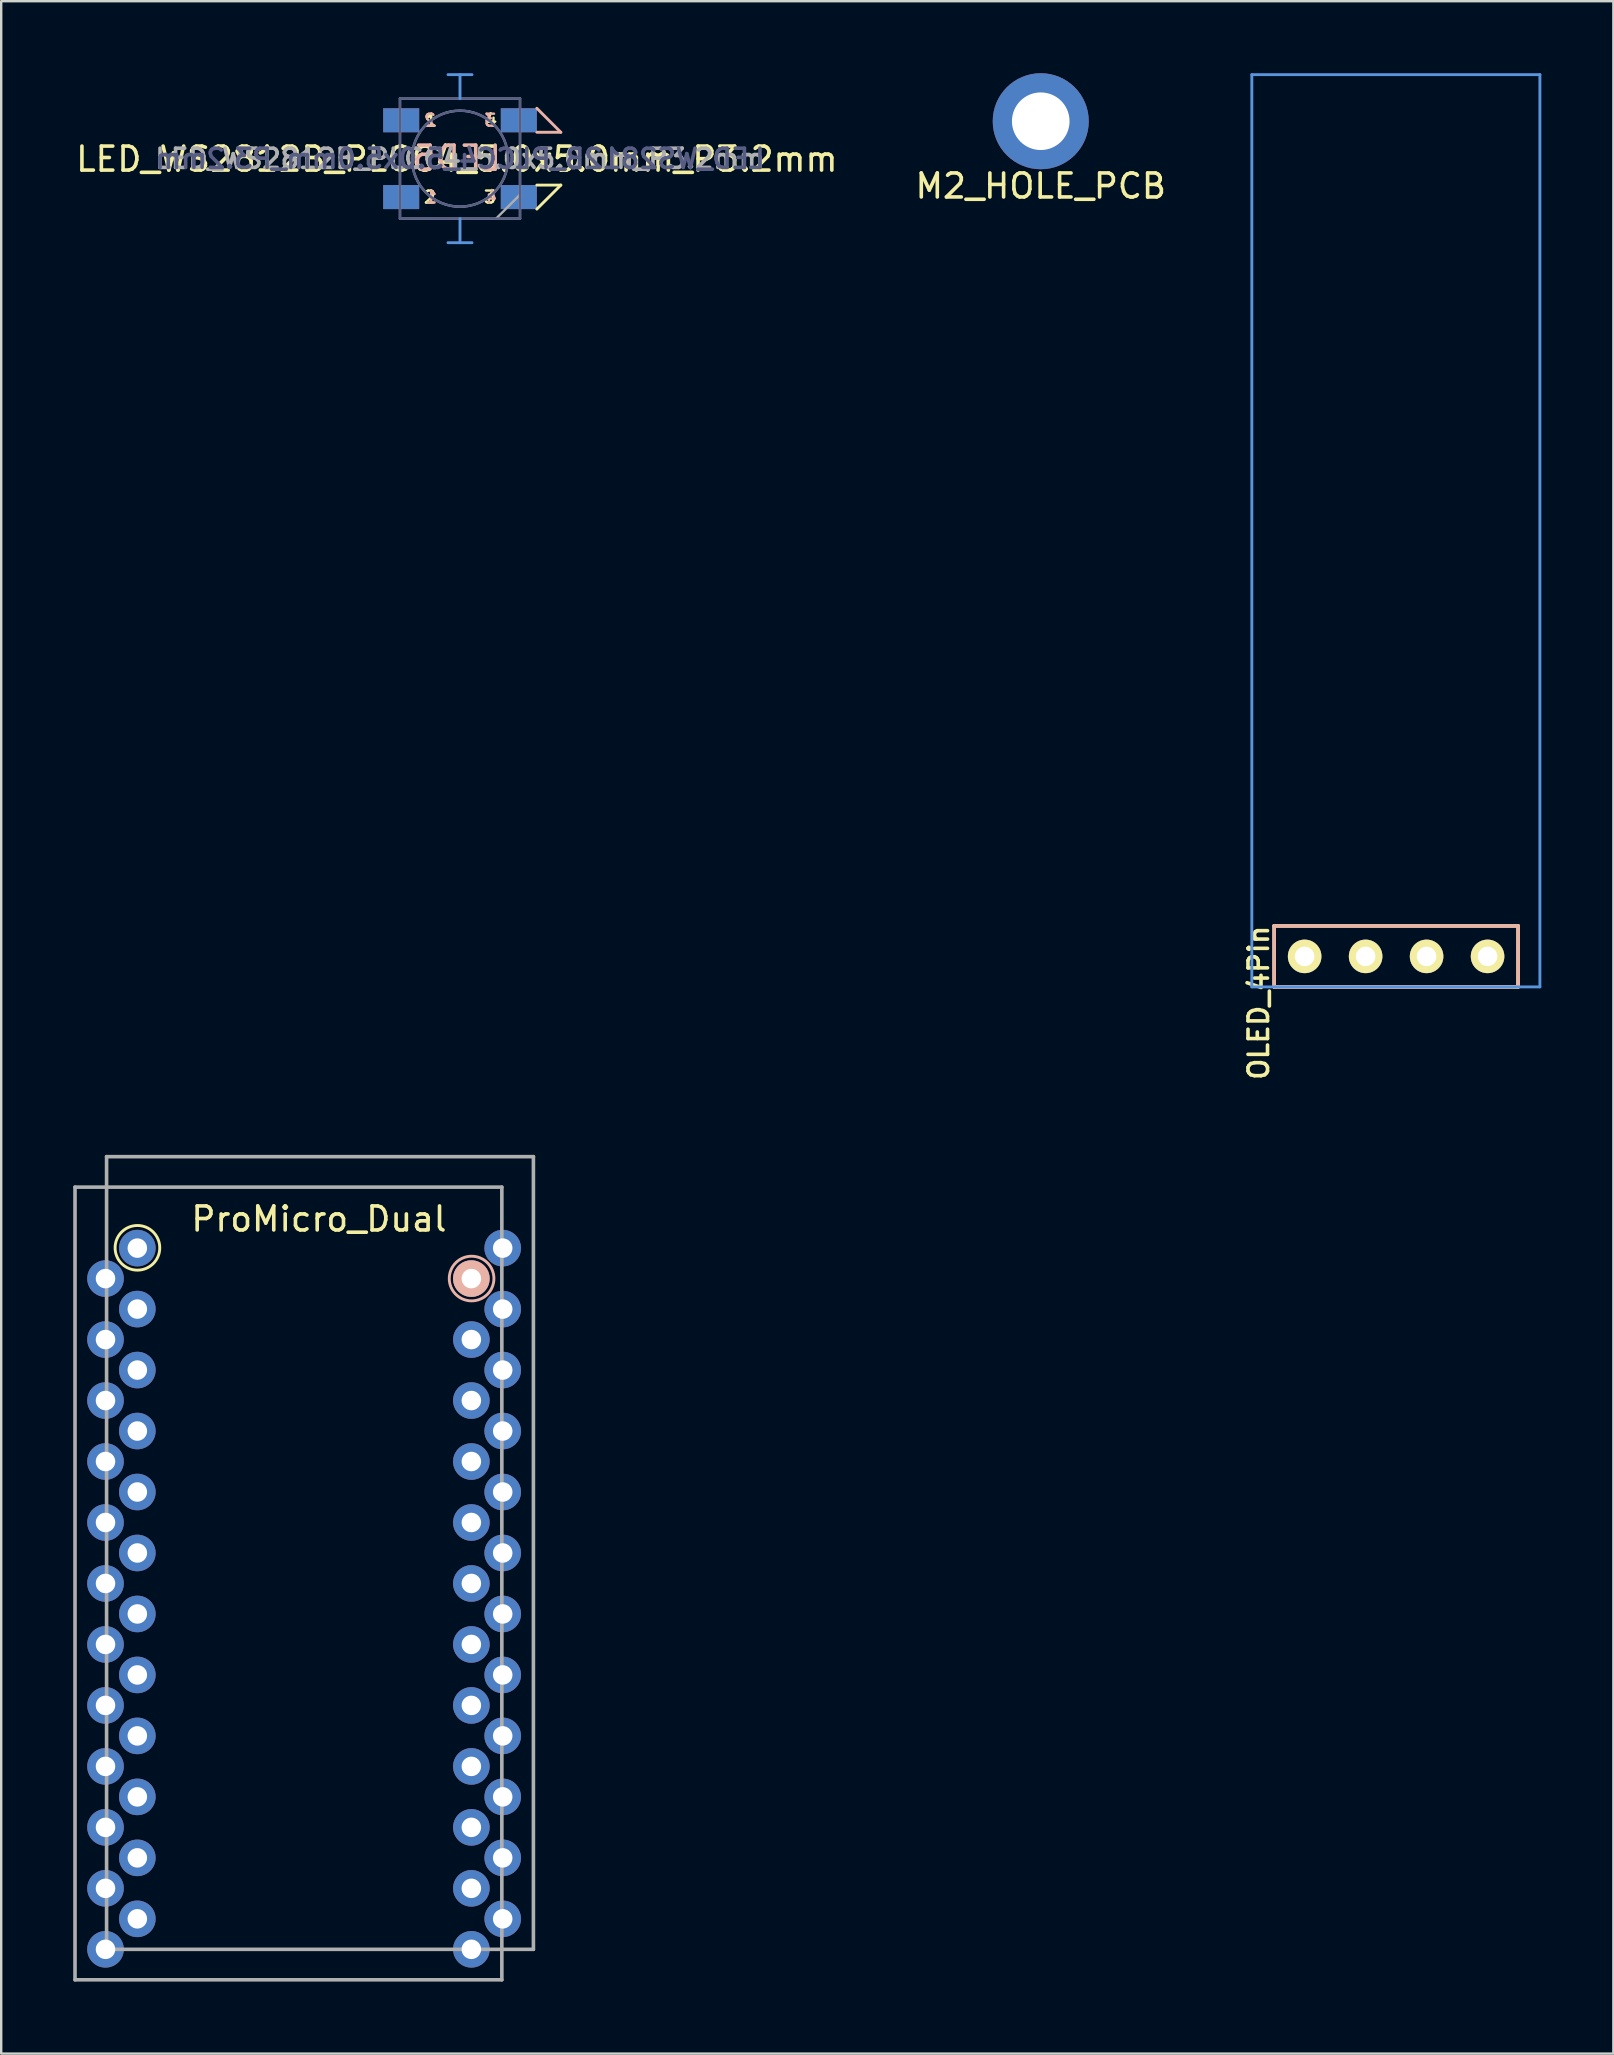
<source format=kicad_pcb>
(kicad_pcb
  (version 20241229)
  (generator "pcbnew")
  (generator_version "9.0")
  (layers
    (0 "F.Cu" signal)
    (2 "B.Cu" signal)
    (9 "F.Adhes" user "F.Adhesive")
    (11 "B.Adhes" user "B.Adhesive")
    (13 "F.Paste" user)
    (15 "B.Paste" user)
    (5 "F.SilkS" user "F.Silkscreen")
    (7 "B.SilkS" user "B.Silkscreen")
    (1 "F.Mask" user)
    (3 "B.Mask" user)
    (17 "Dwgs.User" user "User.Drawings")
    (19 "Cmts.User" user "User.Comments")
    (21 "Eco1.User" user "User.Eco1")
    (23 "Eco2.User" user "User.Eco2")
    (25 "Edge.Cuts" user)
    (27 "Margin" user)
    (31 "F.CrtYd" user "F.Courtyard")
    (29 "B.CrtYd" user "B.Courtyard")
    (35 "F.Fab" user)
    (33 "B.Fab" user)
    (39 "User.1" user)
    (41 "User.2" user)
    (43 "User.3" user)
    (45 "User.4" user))
  (footprint "LED_WS2812B_PLCC4_5.0x5.0mm_P3.2mm"
    (layer "F.Cu")
    (at 16.112 3.56)
    (property "Reference" "LED_WS2812B_PLCC4_5.0x5.0mm_P3.2mm" (at -0.13 0.02 180) (layer "F.SilkS") (effects (font (size 1 1) (thickness 0.15))))
    (attr smd)
    (fp_line (start 3.2 1.1) (end 4.2 1.1) (stroke (width 0.12) (type solid)) (layer "F.SilkS"))
    (fp_line (start 4.2 1.1) (end 3.2 2.1) (stroke (width 0.12) (type solid)) (layer "F.SilkS"))
    (fp_line (start 3.2 -1.1) (end 4.2 -1.1) (stroke (width 0.12) (type solid)) (layer "B.SilkS"))
    (fp_line (start 4.2 -1.1) (end 3.2 -2.1) (stroke (width 0.12) (type solid)) (layer "B.SilkS"))
    (fp_line (start -0.5 -3.5) (end 0.5 -3.5) (stroke (width 0.12) (type solid)) (layer "Cmts.User"))
    (fp_line (start 0 -2.5) (end 0 -3.5) (stroke (width 0.12) (type solid)) (layer "Cmts.User"))
    (fp_line (start 0 2.5) (end 0 3.5) (stroke (width 0.12) (type solid)) (layer "Cmts.User"))
    (fp_line (start 0.5 3.5) (end -0.5 3.5) (stroke (width 0.12) (type solid)) (layer "Cmts.User"))
    (fp_line (start -2.5 -2.5) (end 2.5 -2.5) (stroke (width 0.1) (type solid)) (layer "B.Fab"))
    (fp_line (start -2.5 2.5) (end -2.5 -2.5) (stroke (width 0.1) (type solid)) (layer "B.Fab"))
    (fp_line (start 2.5 -2.5) (end 2.5 2.5) (stroke (width 0.1) (type solid)) (layer "B.Fab"))
    (fp_line (start 2.5 2.5) (end -2.5 2.5) (stroke (width 0.1) (type solid)) (layer "B.Fab"))
    (fp_circle (center 0 0) (end 0 2) (stroke (width 0.1) (type solid)) (fill no) (layer "B.Fab"))
    (fp_line (start -2.5 -2.5) (end -2.5 2.5) (stroke (width 0.1) (type solid)) (layer "F.Fab"))
    (fp_line (start -2.5 2.5) (end 2.5 2.5) (stroke (width 0.1) (type solid)) (layer "F.Fab"))
    (fp_line (start 2.5 -2.5) (end -2.5 -2.5) (stroke (width 0.1) (type solid)) (layer "F.Fab"))
    (fp_line (start 2.5 1.5) (end 1.5 2.5) (stroke (width 0.1) (type solid)) (layer "F.Fab"))
    (fp_line (start 2.5 2.5) (end 2.5 -2.5) (stroke (width 0.1) (type solid)) (layer "F.Fab"))
    (fp_circle (center 0 0) (end 0 -2) (stroke (width 0.1) (type solid)) (fill no) (layer "F.Fab"))
    (fp_text user "3" (at 1.25 1.6 0) (layer "F.SilkS") (effects (font (size 0.5 0.5) (thickness 0.1))))
    (fp_text user "2" (at -1.25 1.6 0) (layer "F.SilkS") (effects (font (size 0.5 0.5) (thickness 0.1))))
    (fp_text user "1" (at -1.2 -1.6 0) (layer "F.SilkS") (effects (font (size 0.5 0.5) (thickness 0.1))))
    (fp_text user "4" (at 1.3 -1.6 0) (layer "F.SilkS") (effects (font (size 0.5 0.5) (thickness 0.1))))
    (fp_text user "1" (at -1.2 1.6 0) (layer "B.SilkS") (effects (font (size 0.5 0.5) (thickness 0.1)) (justify mirror)))
    (fp_text user "4" (at 1.3 1.6 0) (layer "B.SilkS") (effects (font (size 0.5 0.5) (thickness 0.1)) (justify mirror)))
    (fp_text user "3" (at 1.25 -1.6 0) (layer "B.SilkS") (effects (font (size 0.5 0.5) (thickness 0.1)) (justify mirror)))
    (fp_text user "LED5" (at -0.13 -0.02 180) (layer "B.SilkS") (effects (font (size 1 1) (thickness 0.15)) (justify mirror)))
    (fp_text user "2" (at -1.25 -1.6 0) (layer "B.SilkS") (effects (font (size 0.5 0.5) (thickness 0.1)) (justify mirror)))
    (fp_text user "${REFERENCE}" (at 0 0 0) (layer "B.Fab") (effects (font (size 0.8 0.8) (thickness 0.15)) (justify mirror)))
    (fp_text user "${REFERENCE}" (at 0 0 180) (layer "F.Fab") (effects (font (size 0.8 0.8) (thickness 0.15))))
    (pad "1" smd rect (at -2.45 -1.6) (size 1.5 1) (layers "F.Cu" "F.Mask" "F.Paste"))
    (pad "1" smd rect (at -2.45 1.6) (size 1.5 1) (layers "B.Cu" "B.Mask" "B.Paste"))
    (pad "2" smd rect (at -2.45 -1.6) (size 1.5 1) (layers "B.Cu" "B.Mask" "B.Paste"))
    (pad "2" smd rect (at -2.45 1.6) (size 1.5 1) (layers "F.Cu" "F.Mask" "F.Paste"))
    (pad "3" smd rect (at 2.45 -1.6) (size 1.5 1) (layers "B.Cu" "B.Mask" "B.Paste"))
    (pad "3" smd rect (at 2.45 1.6) (size 1.5 1) (layers "F.Cu" "F.Mask" "F.Paste"))
    (pad "4" smd rect (at 2.45 -1.6) (size 1.5 1) (layers "F.Cu" "F.Mask" "F.Paste"))
    (pad "4" smd rect (at 2.45 1.6) (size 1.5 1) (layers "B.Cu" "B.Mask" "B.Paste")))
  (footprint "OLED_4Pin"
    (layer "F.Cu")
    (at 51.297 36.79)
    (property "Reference" "OLED_4Pin" (at -1.915 1.93 90) (layer "F.SilkS") (effects (font (size 0.813 0.813) (thickness 0.15))))
    (attr through_hole)
    (fp_line (start -1.27 -1.27) (end 8.89 -1.27) (stroke (width 0.15) (type solid)) (layer "F.SilkS"))
    (fp_line (start -1.27 1.27) (end -1.27 -1.27) (stroke (width 0.15) (type solid)) (layer "F.SilkS"))
    (fp_line (start -1.27 1.27) (end 8.89 1.27) (stroke (width 0.15) (type solid)) (layer "F.SilkS"))
    (fp_line (start 8.89 -1.27) (end 8.89 1.27) (stroke (width 0.15) (type solid)) (layer "F.SilkS"))
    (fp_line (start -1.27 -1.27) (end 8.89 -1.27) (stroke (width 0.15) (type solid)) (layer "B.SilkS"))
    (fp_line (start -1.27 1.27) (end -1.27 -1.27) (stroke (width 0.15) (type solid)) (layer "B.SilkS"))
    (fp_line (start 8.89 -1.27) (end 8.89 1.27) (stroke (width 0.15) (type solid)) (layer "B.SilkS"))
    (fp_line (start 8.89 1.27) (end -1.27 1.27) (stroke (width 0.15) (type solid)) (layer "B.SilkS"))
    (fp_line (start -2.2 -36.73) (end 9.8 -36.73) (stroke (width 0.12) (type solid)) (layer "Cmts.User"))
    (fp_line (start -2.2 1.27) (end -2.2 -36.73) (stroke (width 0.12) (type solid)) (layer "Cmts.User"))
    (fp_line (start 9.8 -36.73) (end 9.8 1.27) (stroke (width 0.12) (type solid)) (layer "Cmts.User"))
    (fp_line (start 9.8 1.27) (end -2.2 1.27) (stroke (width 0.12) (type solid)) (layer "Cmts.User"))
    (pad "1" thru_hole circle (at 0 0) (size 1.397 1.397) (drill 0.813) (layers "*.Cu" "*.Mask" "F.SilkS"))
    (pad "2" thru_hole circle (at 2.54 0) (size 1.397 1.397) (drill 0.813) (layers "*.Cu" "*.Mask" "F.SilkS"))
    (pad "3" thru_hole circle (at 5.08 0) (size 1.397 1.397) (drill 0.813) (layers "*.Cu" "*.Mask" "F.SilkS"))
    (pad "4" thru_hole circle (at 7.62 0) (size 1.397 1.397) (drill 0.813) (layers "*.Cu" "*.Mask" "F.SilkS")))
  (footprint "M2_HOLE_PCB"
    (layer "F.Cu")
    (at 40.304 2)
    (property "Reference" "M2_HOLE_PCB" (at 0 2.7 0) (layer "F.SilkS") (effects (font (size 1 1) (thickness 0.15))))
    (attr through_hole)
    (pad "" thru_hole circle (at 0 0) (size 4 4) (drill 2.4) (layers "*.Cu" "*.Mask")))
  (footprint "ProMicro_Dual"
    (layer "F.Cu")
    (at 10.235 63.42)
    (property "Reference" "ProMicro_Dual" (at 0 -15.69 0) (layer "F.SilkS") (effects (font (size 1 1) (thickness 0.15))))
    (attr through_hole)
    (fp_circle (center -7.56 -14.49) (end -7.57 -13.56) (stroke (width 0.12) (type solid)) (fill no) (layer "F.SilkS"))
    (fp_circle (center 6.36 -13.21) (end 7.29 -13.21) (stroke (width 0.12) (type solid)) (fill no) (layer "B.SilkS"))
    (fp_line (start -10.16 -17.018) (end 7.62 -17.018) (stroke (width 0.15) (type solid)) (layer "F.Fab"))
    (fp_line (start -10.16 16.002) (end -10.16 -17.018) (stroke (width 0.15) (type solid)) (layer "F.Fab"))
    (fp_line (start -8.845 -18.288) (end 8.935 -18.288) (stroke (width 0.15) (type solid)) (layer "F.Fab"))
    (fp_line (start -8.845 14.732) (end -8.845 -18.288) (stroke (width 0.15) (type solid)) (layer "F.Fab"))
    (fp_line (start 7.62 -17.018) (end 7.62 16.002) (stroke (width 0.15) (type solid)) (layer "F.Fab"))
    (fp_line (start 7.62 16.002) (end -10.16 16.002) (stroke (width 0.15) (type solid)) (layer "F.Fab"))
    (fp_line (start 8.935 -18.288) (end 8.935 14.732) (stroke (width 0.15) (type solid)) (layer "F.Fab"))
    (fp_line (start 8.935 14.732) (end -8.845 14.732) (stroke (width 0.15) (type solid)) (layer "F.Fab"))
    (pad "1" thru_hole circle (at -8.89 -13.208) (size 1.524 1.524) (drill 0.813) (layers "*.Cu" "*.Mask"))
    (pad "1" thru_hole circle (at 7.656 -14.478) (size 1.524 1.524) (drill 0.813) (layers "*.Cu" "*.Mask"))
    (pad "2" thru_hole circle (at -8.89 -10.668) (size 1.524 1.524) (drill 0.813) (layers "*.Cu" "*.Mask"))
    (pad "2" thru_hole circle (at 7.656 -11.938) (size 1.524 1.524) (drill 0.813) (layers "*.Cu" "*.Mask"))
    (pad "3" thru_hole circle (at -8.89 -8.128) (size 1.524 1.524) (drill 0.813) (layers "*.Cu" "*.Mask"))
    (pad "3" thru_hole circle (at 7.656 -9.398) (size 1.524 1.524) (drill 0.813) (layers "*.Cu" "*.Mask"))
    (pad "4" thru_hole circle (at -8.89 -5.588) (size 1.524 1.524) (drill 0.813) (layers "*.Cu" "*.Mask"))
    (pad "4" thru_hole circle (at 7.656 -6.858) (size 1.524 1.524) (drill 0.813) (layers "*.Cu" "*.Mask"))
    (pad "5" thru_hole circle (at -8.89 -3.048) (size 1.524 1.524) (drill 0.813) (layers "*.Cu" "*.Mask"))
    (pad "5" thru_hole circle (at 7.656 -4.318) (size 1.524 1.524) (drill 0.813) (layers "*.Cu" "*.Mask"))
    (pad "6" thru_hole circle (at -8.89 -0.508) (size 1.524 1.524) (drill 0.813) (layers "*.Cu" "*.Mask"))
    (pad "6" thru_hole circle (at 7.656 -1.778) (size 1.524 1.524) (drill 0.813) (layers "*.Cu" "*.Mask"))
    (pad "7" thru_hole circle (at -8.89 2.032) (size 1.524 1.524) (drill 0.813) (layers "*.Cu" "*.Mask"))
    (pad "7" thru_hole circle (at 7.656 0.762) (size 1.524 1.524) (drill 0.813) (layers "*.Cu" "*.Mask"))
    (pad "8" thru_hole circle (at -8.89 4.572) (size 1.524 1.524) (drill 0.813) (layers "*.Cu" "*.Mask"))
    (pad "8" thru_hole circle (at 7.656 3.302) (size 1.524 1.524) (drill 0.813) (layers "*.Cu" "*.Mask"))
    (pad "9" thru_hole circle (at -8.89 7.112) (size 1.524 1.524) (drill 0.813) (layers "*.Cu" "*.Mask"))
    (pad "9" thru_hole circle (at 7.656 5.842) (size 1.524 1.524) (drill 0.813) (layers "*.Cu" "*.Mask"))
    (pad "10" thru_hole circle (at -8.89 9.652) (size 1.524 1.524) (drill 0.813) (layers "*.Cu" "*.Mask"))
    (pad "10" thru_hole circle (at 7.656 8.382) (size 1.524 1.524) (drill 0.813) (layers "*.Cu" "*.Mask"))
    (pad "11" thru_hole circle (at -8.89 12.192) (size 1.524 1.524) (drill 0.813) (layers "*.Cu" "*.Mask"))
    (pad "11" thru_hole circle (at 7.656 10.922) (size 1.524 1.524) (drill 0.813) (layers "*.Cu" "*.Mask"))
    (pad "12" thru_hole circle (at -8.89 14.732) (size 1.524 1.524) (drill 0.813) (layers "*.Cu" "*.Mask"))
    (pad "12" thru_hole circle (at 7.656 13.462) (size 1.524 1.524) (drill 0.813) (layers "*.Cu" "*.Mask"))
    (pad "13" thru_hole circle (at -7.564 13.462) (size 1.524 1.524) (drill 0.813) (layers "*.Cu" "*.Mask"))
    (pad "13" thru_hole circle (at 6.35 14.732) (size 1.524 1.524) (drill 0.813) (layers "*.Cu" "*.Mask"))
    (pad "14" thru_hole circle (at -7.564 10.922) (size 1.524 1.524) (drill 0.813) (layers "*.Cu" "*.Mask"))
    (pad "14" thru_hole circle (at 6.35 12.192) (size 1.524 1.524) (drill 0.813) (layers "*.Cu" "*.Mask"))
    (pad "15" thru_hole circle (at -7.564 8.382) (size 1.524 1.524) (drill 0.813) (layers "*.Cu" "*.Mask"))
    (pad "15" thru_hole circle (at 6.35 9.652) (size 1.524 1.524) (drill 0.813) (layers "*.Cu" "*.Mask"))
    (pad "16" thru_hole circle (at -7.564 5.842) (size 1.524 1.524) (drill 0.813) (layers "*.Cu" "*.Mask"))
    (pad "16" thru_hole circle (at 6.35 7.112) (size 1.524 1.524) (drill 0.813) (layers "*.Cu" "*.Mask"))
    (pad "17" thru_hole circle (at -7.564 3.302) (size 1.524 1.524) (drill 0.813) (layers "*.Cu" "*.Mask"))
    (pad "17" thru_hole circle (at 6.35 4.572) (size 1.524 1.524) (drill 0.813) (layers "*.Cu" "*.Mask"))
    (pad "18" thru_hole circle (at -7.564 0.762) (size 1.524 1.524) (drill 0.813) (layers "*.Cu" "*.Mask"))
    (pad "18" thru_hole circle (at 6.35 2.032) (size 1.524 1.524) (drill 0.813) (layers "*.Cu" "*.Mask"))
    (pad "19" thru_hole circle (at -7.564 -1.778) (size 1.524 1.524) (drill 0.813) (layers "*.Cu" "*.Mask"))
    (pad "19" thru_hole circle (at 6.35 -0.508) (size 1.524 1.524) (drill 0.813) (layers "*.Cu" "*.Mask"))
    (pad "20" thru_hole circle (at -7.564 -4.318) (size 1.524 1.524) (drill 0.813) (layers "*.Cu" "*.Mask"))
    (pad "20" thru_hole circle (at 6.35 -3.048) (size 1.524 1.524) (drill 0.813) (layers "*.Cu" "*.Mask"))
    (pad "21" thru_hole circle (at -7.564 -6.858) (size 1.524 1.524) (drill 0.813) (layers "*.Cu" "*.Mask"))
    (pad "21" thru_hole circle (at 6.35 -5.588) (size 1.524 1.524) (drill 0.813) (layers "*.Cu" "*.Mask"))
    (pad "22" thru_hole circle (at -7.564 -9.398) (size 1.524 1.524) (drill 0.813) (layers "*.Cu" "*.Mask"))
    (pad "22" thru_hole circle (at 6.35 -8.128) (size 1.524 1.524) (drill 0.813) (layers "*.Cu" "*.Mask"))
    (pad "23" thru_hole circle (at -7.564 -11.938) (size 1.524 1.524) (drill 0.813) (layers "*.Cu" "*.Mask"))
    (pad "23" thru_hole circle (at 6.35 -10.668) (size 1.524 1.524) (drill 0.813) (layers "*.Cu" "*.Mask"))
    (pad "24" thru_hole circle (at -7.564 -14.478) (size 1.524 1.524) (drill 0.813) (layers "*.Cu" "*.Mask"))
    (pad "24" thru_hole circle (at 6.35 -13.208) (size 1.524 1.524) (drill 0.813) (layers "*.Cu" "*.Mask" "B.SilkS")))
  (gr_rect
    (start -3 -3)
    (end 64.157 82.497)
    (stroke (width 0.1) (type default))
    (fill no)
    (layer "Edge.Cuts")))
</source>
